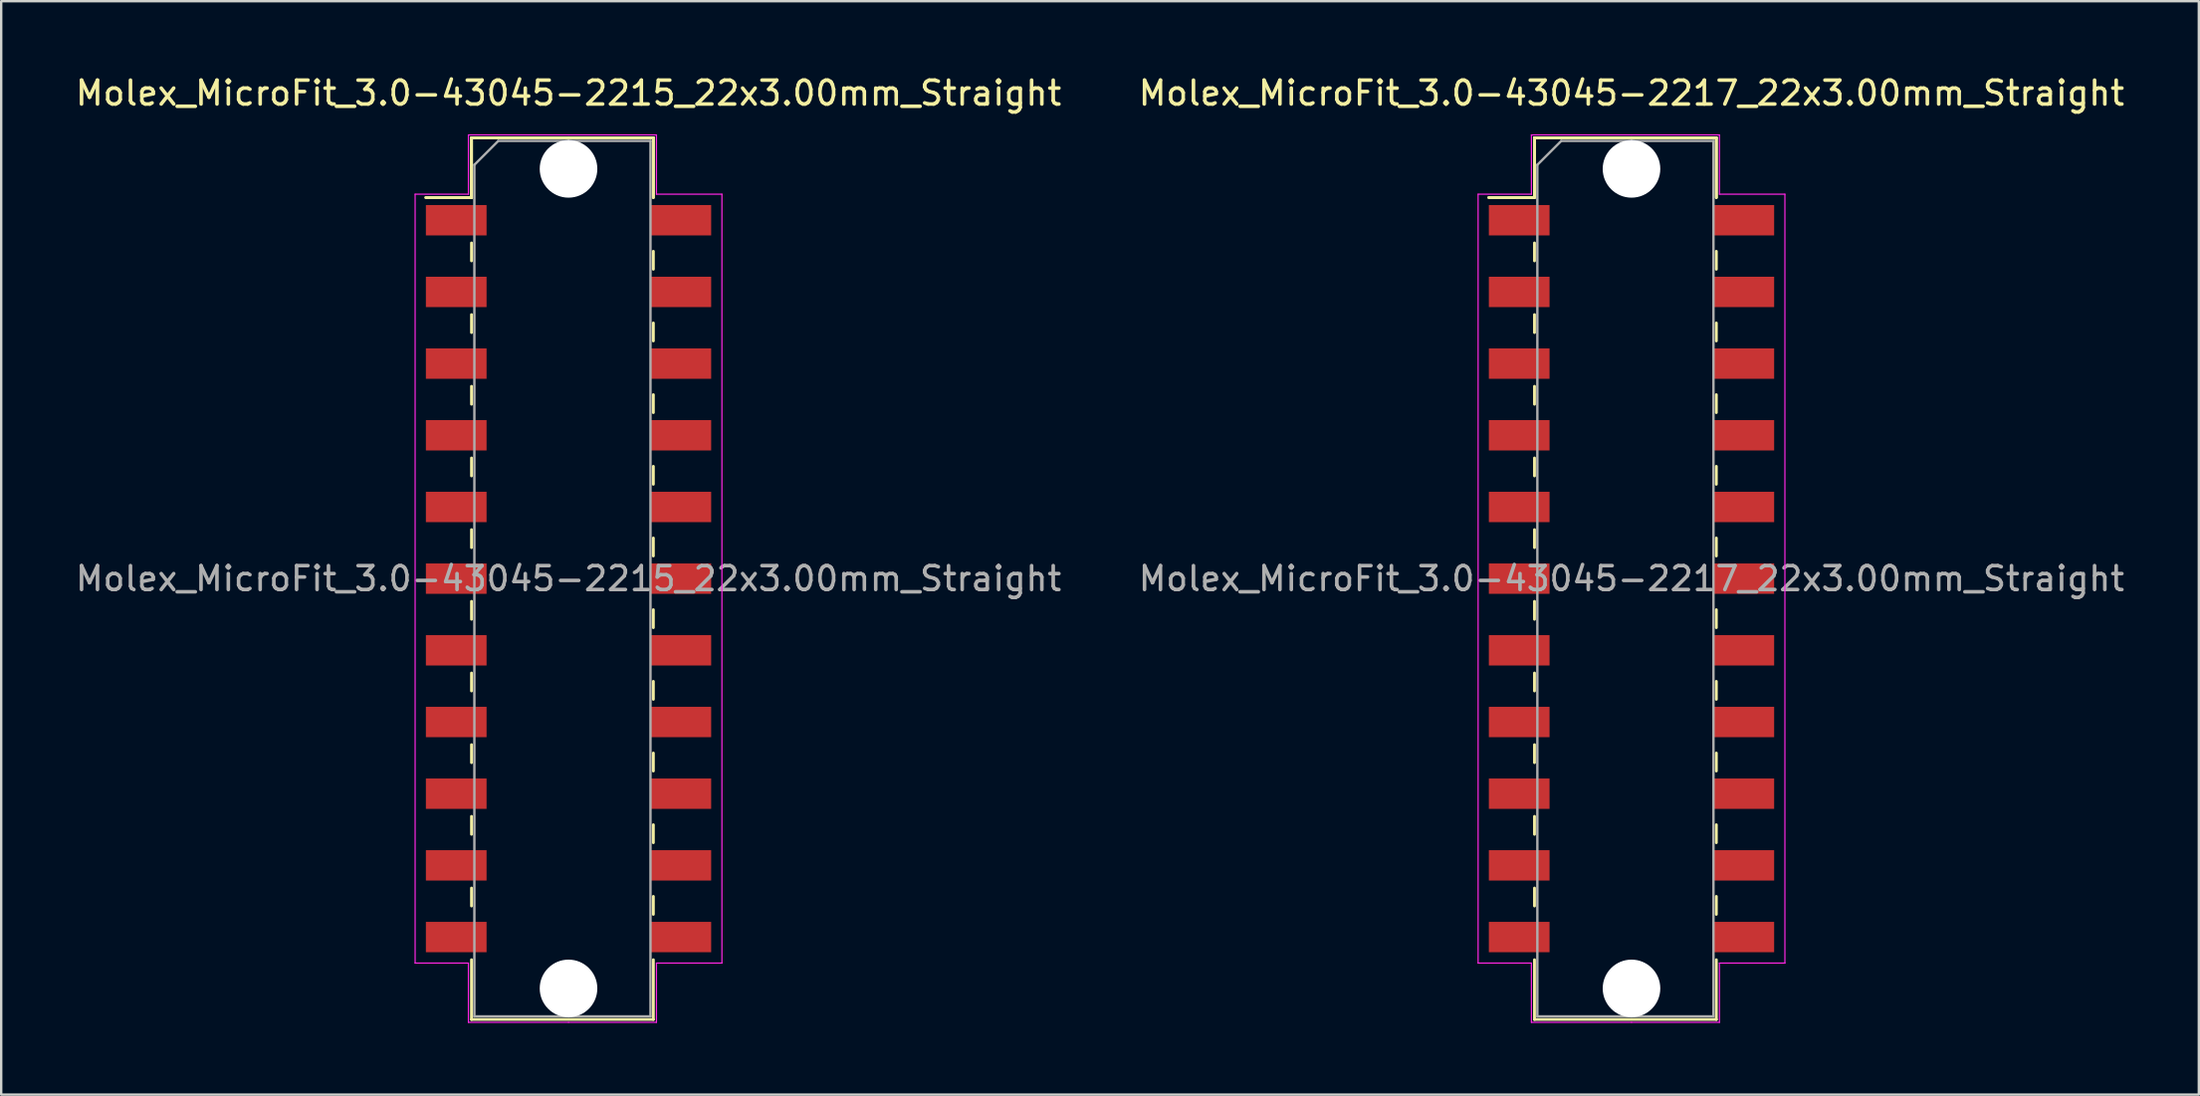
<source format=kicad_pcb>
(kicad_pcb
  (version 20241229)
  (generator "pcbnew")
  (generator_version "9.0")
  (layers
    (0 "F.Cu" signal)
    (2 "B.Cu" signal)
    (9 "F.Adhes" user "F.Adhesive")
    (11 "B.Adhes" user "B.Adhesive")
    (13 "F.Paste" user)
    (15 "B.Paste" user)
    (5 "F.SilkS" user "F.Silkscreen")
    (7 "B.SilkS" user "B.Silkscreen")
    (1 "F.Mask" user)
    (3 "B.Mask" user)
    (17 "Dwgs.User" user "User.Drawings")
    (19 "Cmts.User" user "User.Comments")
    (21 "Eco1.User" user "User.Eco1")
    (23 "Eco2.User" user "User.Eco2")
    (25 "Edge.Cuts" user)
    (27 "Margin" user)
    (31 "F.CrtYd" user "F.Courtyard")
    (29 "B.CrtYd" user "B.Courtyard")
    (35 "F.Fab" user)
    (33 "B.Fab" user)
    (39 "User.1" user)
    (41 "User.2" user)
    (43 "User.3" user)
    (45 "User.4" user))
  (footprint "Molex_MicroFit_3.0-43045-2215_22x3.00mm_Straight"
    (layer "F.Cu")
    (at 20.744 21.168)
    (property "Reference" "Molex_MicroFit_3.0-43045-2215_22x3.00mm_Straight" (at 0 -20.32 0) (layer "F.SilkS") (effects (font (size 1 1) (thickness 0.15))))
    (attr smd)
    (fp_line (start -5.97 -15.95) (end -4.06 -15.95) (stroke (width 0.12) (type solid)) (layer "F.SilkS"))
    (fp_line (start -5.97 -15.95) (end -4.06 -15.95) (stroke (width 0.12) (type solid)) (layer "F.SilkS"))
    (fp_line (start -4.06 -18.45) (end 3.55 -18.45) (stroke (width 0.12) (type solid)) (layer "F.SilkS"))
    (fp_line (start -4.06 -18.45) (end 3.55 -18.45) (stroke (width 0.12) (type solid)) (layer "F.SilkS"))
    (fp_line (start -4.06 -15.95) (end -4.06 -18.45) (stroke (width 0.12) (type solid)) (layer "F.SilkS"))
    (fp_line (start -4.06 -15.95) (end -4.06 -18.45) (stroke (width 0.12) (type solid)) (layer "F.SilkS"))
    (fp_line (start -4.06 -14.05) (end -4.06 -13.3) (stroke (width 0.12) (type solid)) (layer "F.SilkS"))
    (fp_line (start -4.06 -11.05) (end -4.06 -10.3) (stroke (width 0.12) (type solid)) (layer "F.SilkS"))
    (fp_line (start -4.06 -8.05) (end -4.06 -7.3) (stroke (width 0.12) (type solid)) (layer "F.SilkS"))
    (fp_line (start -4.06 -5.05) (end -4.06 -4.3) (stroke (width 0.12) (type solid)) (layer "F.SilkS"))
    (fp_line (start -4.06 -2.05) (end -4.06 -1.3) (stroke (width 0.12) (type solid)) (layer "F.SilkS"))
    (fp_line (start -4.06 0.95) (end -4.06 1.7) (stroke (width 0.12) (type solid)) (layer "F.SilkS"))
    (fp_line (start -4.06 3.95) (end -4.06 4.7) (stroke (width 0.12) (type solid)) (layer "F.SilkS"))
    (fp_line (start -4.06 6.95) (end -4.06 7.7) (stroke (width 0.12) (type solid)) (layer "F.SilkS"))
    (fp_line (start -4.06 9.95) (end -4.06 10.7) (stroke (width 0.12) (type solid)) (layer "F.SilkS"))
    (fp_line (start -4.06 12.95) (end -4.06 13.7) (stroke (width 0.12) (type solid)) (layer "F.SilkS"))
    (fp_line (start -4.06 18.45) (end -4.06 15.95) (stroke (width 0.12) (type solid)) (layer "F.SilkS"))
    (fp_line (start 3.55 -18.45) (end 3.55 -15.95) (stroke (width 0.12) (type solid)) (layer "F.SilkS"))
    (fp_line (start 3.55 -18.45) (end 3.55 -15.95) (stroke (width 0.12) (type solid)) (layer "F.SilkS"))
    (fp_line (start 3.55 -12.95) (end 3.55 -13.7) (stroke (width 0.12) (type solid)) (layer "F.SilkS"))
    (fp_line (start 3.55 -9.95) (end 3.55 -10.7) (stroke (width 0.12) (type solid)) (layer "F.SilkS"))
    (fp_line (start 3.55 -6.95) (end 3.55 -7.7) (stroke (width 0.12) (type solid)) (layer "F.SilkS"))
    (fp_line (start 3.55 -3.95) (end 3.55 -4.7) (stroke (width 0.12) (type solid)) (layer "F.SilkS"))
    (fp_line (start 3.55 -0.95) (end 3.55 -1.7) (stroke (width 0.12) (type solid)) (layer "F.SilkS"))
    (fp_line (start 3.55 2.05) (end 3.55 1.3) (stroke (width 0.12) (type solid)) (layer "F.SilkS"))
    (fp_line (start 3.55 5.05) (end 3.55 4.3) (stroke (width 0.12) (type solid)) (layer "F.SilkS"))
    (fp_line (start 3.55 8.05) (end 3.55 7.3) (stroke (width 0.12) (type solid)) (layer "F.SilkS"))
    (fp_line (start 3.55 11.05) (end 3.55 10.3) (stroke (width 0.12) (type solid)) (layer "F.SilkS"))
    (fp_line (start 3.55 14.05) (end 3.55 13.3) (stroke (width 0.12) (type solid)) (layer "F.SilkS"))
    (fp_line (start 3.55 15.95) (end 3.55 18.45) (stroke (width 0.12) (type solid)) (layer "F.SilkS"))
    (fp_line (start 3.55 18.45) (end -4.06 18.45) (stroke (width 0.12) (type solid)) (layer "F.SilkS"))
    (fp_line (start -6.42 -16.09) (end -4.19 -16.09) (stroke (width 0.05) (type solid)) (layer "F.CrtYd"))
    (fp_line (start -6.42 16.09) (end -6.42 -16.09) (stroke (width 0.05) (type solid)) (layer "F.CrtYd"))
    (fp_line (start -4.19 -18.57) (end 0 -18.57) (stroke (width 0.05) (type solid)) (layer "F.CrtYd"))
    (fp_line (start -4.19 -16.09) (end -4.19 -18.57) (stroke (width 0.05) (type solid)) (layer "F.CrtYd"))
    (fp_line (start -4.19 16.09) (end -6.42 16.09) (stroke (width 0.05) (type solid)) (layer "F.CrtYd"))
    (fp_line (start -4.19 18.57) (end -4.19 16.09) (stroke (width 0.05) (type solid)) (layer "F.CrtYd"))
    (fp_line (start 0 -18.57) (end 3.68 -18.57) (stroke (width 0.05) (type solid)) (layer "F.CrtYd"))
    (fp_line (start 0 18.57) (end -4.19 18.57) (stroke (width 0.05) (type solid)) (layer "F.CrtYd"))
    (fp_line (start 3.68 -18.57) (end 3.68 -16.09) (stroke (width 0.05) (type solid)) (layer "F.CrtYd"))
    (fp_line (start 3.68 -16.09) (end 6.42 -16.09) (stroke (width 0.05) (type solid)) (layer "F.CrtYd"))
    (fp_line (start 3.68 16.09) (end 3.68 18.57) (stroke (width 0.05) (type solid)) (layer "F.CrtYd"))
    (fp_line (start 3.68 18.57) (end 0 18.57) (stroke (width 0.05) (type solid)) (layer "F.CrtYd"))
    (fp_line (start 6.42 -16.09) (end 6.42 16.09) (stroke (width 0.05) (type solid)) (layer "F.CrtYd"))
    (fp_line (start 6.42 16.09) (end 3.68 16.09) (stroke (width 0.05) (type solid)) (layer "F.CrtYd"))
    (fp_line (start -3.94 -17.32) (end -2.94 -18.32) (stroke (width 0.1) (type solid)) (layer "F.Fab"))
    (fp_line (start -3.94 18.32) (end -3.94 -17.32) (stroke (width 0.1) (type solid)) (layer "F.Fab"))
    (fp_line (start -2.94 -18.32) (end 0 -18.32) (stroke (width 0.1) (type solid)) (layer "F.Fab"))
    (fp_line (start 0 -18.32) (end 3.43 -18.32) (stroke (width 0.1) (type solid)) (layer "F.Fab"))
    (fp_line (start 0 18.32) (end -3.94 18.32) (stroke (width 0.1) (type solid)) (layer "F.Fab"))
    (fp_line (start 3.43 -18.32) (end 3.43 18.32) (stroke (width 0.1) (type solid)) (layer "F.Fab"))
    (fp_line (start 3.43 18.32) (end 0 18.32) (stroke (width 0.1) (type solid)) (layer "F.Fab"))
    (fp_text user "${REFERENCE}" (at 0 0 0) (layer "F.Fab") (effects (font (size 1 1) (thickness 0.15))))
    (pad "" np_thru_hole circle (at 0 -17.15) (size 2.41 2.41) (drill 2.41) (layers "*.Cu"))
    (pad "" np_thru_hole circle (at 0 17.15) (size 2.41 2.41) (drill 2.41) (layers "*.Cu"))
    (pad "1" smd rect (at -4.7 -15) (size 2.54 1.27) (layers "F.Cu" "F.Mask" "F.Paste"))
    (pad "2" smd rect (at -4.7 -12) (size 2.54 1.27) (layers "F.Cu" "F.Mask" "F.Paste"))
    (pad "3" smd rect (at -4.7 -9) (size 2.54 1.27) (layers "F.Cu" "F.Mask" "F.Paste"))
    (pad "4" smd rect (at -4.7 -6) (size 2.54 1.27) (layers "F.Cu" "F.Mask" "F.Paste"))
    (pad "5" smd rect (at -4.7 -3) (size 2.54 1.27) (layers "F.Cu" "F.Mask" "F.Paste"))
    (pad "6" smd rect (at -4.7 0) (size 2.54 1.27) (layers "F.Cu" "F.Mask" "F.Paste"))
    (pad "7" smd rect (at -4.7 3) (size 2.54 1.27) (layers "F.Cu" "F.Mask" "F.Paste"))
    (pad "8" smd rect (at -4.7 6) (size 2.54 1.27) (layers "F.Cu" "F.Mask" "F.Paste"))
    (pad "9" smd rect (at -4.7 9) (size 2.54 1.27) (layers "F.Cu" "F.Mask" "F.Paste"))
    (pad "10" smd rect (at -4.7 12) (size 2.54 1.27) (layers "F.Cu" "F.Mask" "F.Paste"))
    (pad "11" smd rect (at -4.7 15) (size 2.54 1.27) (layers "F.Cu" "F.Mask" "F.Paste"))
    (pad "12" smd rect (at 4.7 15) (size 2.54 1.27) (layers "F.Cu" "F.Mask" "F.Paste"))
    (pad "13" smd rect (at 4.7 12) (size 2.54 1.27) (layers "F.Cu" "F.Mask" "F.Paste"))
    (pad "14" smd rect (at 4.7 9) (size 2.54 1.27) (layers "F.Cu" "F.Mask" "F.Paste"))
    (pad "15" smd rect (at 4.7 6) (size 2.54 1.27) (layers "F.Cu" "F.Mask" "F.Paste"))
    (pad "16" smd rect (at 4.7 3) (size 2.54 1.27) (layers "F.Cu" "F.Mask" "F.Paste"))
    (pad "17" smd rect (at 4.7 0) (size 2.54 1.27) (layers "F.Cu" "F.Mask" "F.Paste"))
    (pad "18" smd rect (at 4.7 -3) (size 2.54 1.27) (layers "F.Cu" "F.Mask" "F.Paste"))
    (pad "19" smd rect (at 4.7 -6) (size 2.54 1.27) (layers "F.Cu" "F.Mask" "F.Paste"))
    (pad "20" smd rect (at 4.7 -9) (size 2.54 1.27) (layers "F.Cu" "F.Mask" "F.Paste"))
    (pad "21" smd rect (at 4.7 -12) (size 2.54 1.27) (layers "F.Cu" "F.Mask" "F.Paste"))
    (pad "22" smd rect (at 4.7 -15) (size 2.54 1.27) (layers "F.Cu" "F.Mask" "F.Paste")))
  (footprint "Molex_MicroFit_3.0-43045-2217_22x3.00mm_Straight"
    (layer "F.Cu")
    (at 65.232 21.168)
    (property "Reference" "Molex_MicroFit_3.0-43045-2217_22x3.00mm_Straight" (at 0 -20.32 0) (layer "F.SilkS") (effects (font (size 1 1) (thickness 0.15))))
    (attr smd)
    (fp_line (start -5.97 -15.95) (end -4.06 -15.95) (stroke (width 0.12) (type solid)) (layer "F.SilkS"))
    (fp_line (start -5.97 -15.95) (end -4.06 -15.95) (stroke (width 0.12) (type solid)) (layer "F.SilkS"))
    (fp_line (start -4.06 -18.45) (end 3.55 -18.45) (stroke (width 0.12) (type solid)) (layer "F.SilkS"))
    (fp_line (start -4.06 -18.45) (end 3.55 -18.45) (stroke (width 0.12) (type solid)) (layer "F.SilkS"))
    (fp_line (start -4.06 -15.95) (end -4.06 -18.45) (stroke (width 0.12) (type solid)) (layer "F.SilkS"))
    (fp_line (start -4.06 -15.95) (end -4.06 -18.45) (stroke (width 0.12) (type solid)) (layer "F.SilkS"))
    (fp_line (start -4.06 -14.05) (end -4.06 -13.3) (stroke (width 0.12) (type solid)) (layer "F.SilkS"))
    (fp_line (start -4.06 -11.05) (end -4.06 -10.3) (stroke (width 0.12) (type solid)) (layer "F.SilkS"))
    (fp_line (start -4.06 -8.05) (end -4.06 -7.3) (stroke (width 0.12) (type solid)) (layer "F.SilkS"))
    (fp_line (start -4.06 -5.05) (end -4.06 -4.3) (stroke (width 0.12) (type solid)) (layer "F.SilkS"))
    (fp_line (start -4.06 -2.05) (end -4.06 -1.3) (stroke (width 0.12) (type solid)) (layer "F.SilkS"))
    (fp_line (start -4.06 0.95) (end -4.06 1.7) (stroke (width 0.12) (type solid)) (layer "F.SilkS"))
    (fp_line (start -4.06 3.95) (end -4.06 4.7) (stroke (width 0.12) (type solid)) (layer "F.SilkS"))
    (fp_line (start -4.06 6.95) (end -4.06 7.7) (stroke (width 0.12) (type solid)) (layer "F.SilkS"))
    (fp_line (start -4.06 9.95) (end -4.06 10.7) (stroke (width 0.12) (type solid)) (layer "F.SilkS"))
    (fp_line (start -4.06 12.95) (end -4.06 13.7) (stroke (width 0.12) (type solid)) (layer "F.SilkS"))
    (fp_line (start -4.06 18.45) (end -4.06 15.95) (stroke (width 0.12) (type solid)) (layer "F.SilkS"))
    (fp_line (start 3.55 -18.45) (end 3.55 -15.95) (stroke (width 0.12) (type solid)) (layer "F.SilkS"))
    (fp_line (start 3.55 -18.45) (end 3.55 -15.95) (stroke (width 0.12) (type solid)) (layer "F.SilkS"))
    (fp_line (start 3.55 -12.95) (end 3.55 -13.7) (stroke (width 0.12) (type solid)) (layer "F.SilkS"))
    (fp_line (start 3.55 -9.95) (end 3.55 -10.7) (stroke (width 0.12) (type solid)) (layer "F.SilkS"))
    (fp_line (start 3.55 -6.95) (end 3.55 -7.7) (stroke (width 0.12) (type solid)) (layer "F.SilkS"))
    (fp_line (start 3.55 -3.95) (end 3.55 -4.7) (stroke (width 0.12) (type solid)) (layer "F.SilkS"))
    (fp_line (start 3.55 -0.95) (end 3.55 -1.7) (stroke (width 0.12) (type solid)) (layer "F.SilkS"))
    (fp_line (start 3.55 2.05) (end 3.55 1.3) (stroke (width 0.12) (type solid)) (layer "F.SilkS"))
    (fp_line (start 3.55 5.05) (end 3.55 4.3) (stroke (width 0.12) (type solid)) (layer "F.SilkS"))
    (fp_line (start 3.55 8.05) (end 3.55 7.3) (stroke (width 0.12) (type solid)) (layer "F.SilkS"))
    (fp_line (start 3.55 11.05) (end 3.55 10.3) (stroke (width 0.12) (type solid)) (layer "F.SilkS"))
    (fp_line (start 3.55 14.05) (end 3.55 13.3) (stroke (width 0.12) (type solid)) (layer "F.SilkS"))
    (fp_line (start 3.55 15.95) (end 3.55 18.45) (stroke (width 0.12) (type solid)) (layer "F.SilkS"))
    (fp_line (start 3.55 18.45) (end -4.06 18.45) (stroke (width 0.12) (type solid)) (layer "F.SilkS"))
    (fp_line (start -6.42 -16.09) (end -4.19 -16.09) (stroke (width 0.05) (type solid)) (layer "F.CrtYd"))
    (fp_line (start -6.42 16.09) (end -6.42 -16.09) (stroke (width 0.05) (type solid)) (layer "F.CrtYd"))
    (fp_line (start -4.19 -18.57) (end 0 -18.57) (stroke (width 0.05) (type solid)) (layer "F.CrtYd"))
    (fp_line (start -4.19 -16.09) (end -4.19 -18.57) (stroke (width 0.05) (type solid)) (layer "F.CrtYd"))
    (fp_line (start -4.19 16.09) (end -6.42 16.09) (stroke (width 0.05) (type solid)) (layer "F.CrtYd"))
    (fp_line (start -4.19 18.57) (end -4.19 16.09) (stroke (width 0.05) (type solid)) (layer "F.CrtYd"))
    (fp_line (start 0 -18.57) (end 3.68 -18.57) (stroke (width 0.05) (type solid)) (layer "F.CrtYd"))
    (fp_line (start 0 18.57) (end -4.19 18.57) (stroke (width 0.05) (type solid)) (layer "F.CrtYd"))
    (fp_line (start 3.68 -18.57) (end 3.68 -16.09) (stroke (width 0.05) (type solid)) (layer "F.CrtYd"))
    (fp_line (start 3.68 -16.09) (end 6.42 -16.09) (stroke (width 0.05) (type solid)) (layer "F.CrtYd"))
    (fp_line (start 3.68 16.09) (end 3.68 18.57) (stroke (width 0.05) (type solid)) (layer "F.CrtYd"))
    (fp_line (start 3.68 18.57) (end 0 18.57) (stroke (width 0.05) (type solid)) (layer "F.CrtYd"))
    (fp_line (start 6.42 -16.09) (end 6.42 16.09) (stroke (width 0.05) (type solid)) (layer "F.CrtYd"))
    (fp_line (start 6.42 16.09) (end 3.68 16.09) (stroke (width 0.05) (type solid)) (layer "F.CrtYd"))
    (fp_line (start -3.94 -17.32) (end -2.94 -18.32) (stroke (width 0.1) (type solid)) (layer "F.Fab"))
    (fp_line (start -3.94 18.32) (end -3.94 -17.32) (stroke (width 0.1) (type solid)) (layer "F.Fab"))
    (fp_line (start -2.94 -18.32) (end 0 -18.32) (stroke (width 0.1) (type solid)) (layer "F.Fab"))
    (fp_line (start 0 -18.32) (end 3.43 -18.32) (stroke (width 0.1) (type solid)) (layer "F.Fab"))
    (fp_line (start 0 18.32) (end -3.94 18.32) (stroke (width 0.1) (type solid)) (layer "F.Fab"))
    (fp_line (start 3.43 -18.32) (end 3.43 18.32) (stroke (width 0.1) (type solid)) (layer "F.Fab"))
    (fp_line (start 3.43 18.32) (end 0 18.32) (stroke (width 0.1) (type solid)) (layer "F.Fab"))
    (fp_text user "${REFERENCE}" (at 0 0 0) (layer "F.Fab") (effects (font (size 1 1) (thickness 0.15))))
    (pad "" np_thru_hole circle (at 0 -17.15) (size 2.41 2.41) (drill 2.41) (layers "*.Cu"))
    (pad "" np_thru_hole circle (at 0 17.15) (size 2.41 2.41) (drill 2.41) (layers "*.Cu"))
    (pad "1" smd rect (at -4.7 -15) (size 2.54 1.27) (layers "F.Cu" "F.Mask" "F.Paste"))
    (pad "2" smd rect (at -4.7 -12) (size 2.54 1.27) (layers "F.Cu" "F.Mask" "F.Paste"))
    (pad "3" smd rect (at -4.7 -9) (size 2.54 1.27) (layers "F.Cu" "F.Mask" "F.Paste"))
    (pad "4" smd rect (at -4.7 -6) (size 2.54 1.27) (layers "F.Cu" "F.Mask" "F.Paste"))
    (pad "5" smd rect (at -4.7 -3) (size 2.54 1.27) (layers "F.Cu" "F.Mask" "F.Paste"))
    (pad "6" smd rect (at -4.7 0) (size 2.54 1.27) (layers "F.Cu" "F.Mask" "F.Paste"))
    (pad "7" smd rect (at -4.7 3) (size 2.54 1.27) (layers "F.Cu" "F.Mask" "F.Paste"))
    (pad "8" smd rect (at -4.7 6) (size 2.54 1.27) (layers "F.Cu" "F.Mask" "F.Paste"))
    (pad "9" smd rect (at -4.7 9) (size 2.54 1.27) (layers "F.Cu" "F.Mask" "F.Paste"))
    (pad "10" smd rect (at -4.7 12) (size 2.54 1.27) (layers "F.Cu" "F.Mask" "F.Paste"))
    (pad "11" smd rect (at -4.7 15) (size 2.54 1.27) (layers "F.Cu" "F.Mask" "F.Paste"))
    (pad "12" smd rect (at 4.7 15) (size 2.54 1.27) (layers "F.Cu" "F.Mask" "F.Paste"))
    (pad "13" smd rect (at 4.7 12) (size 2.54 1.27) (layers "F.Cu" "F.Mask" "F.Paste"))
    (pad "14" smd rect (at 4.7 9) (size 2.54 1.27) (layers "F.Cu" "F.Mask" "F.Paste"))
    (pad "15" smd rect (at 4.7 6) (size 2.54 1.27) (layers "F.Cu" "F.Mask" "F.Paste"))
    (pad "16" smd rect (at 4.7 3) (size 2.54 1.27) (layers "F.Cu" "F.Mask" "F.Paste"))
    (pad "17" smd rect (at 4.7 0) (size 2.54 1.27) (layers "F.Cu" "F.Mask" "F.Paste"))
    (pad "18" smd rect (at 4.7 -3) (size 2.54 1.27) (layers "F.Cu" "F.Mask" "F.Paste"))
    (pad "19" smd rect (at 4.7 -6) (size 2.54 1.27) (layers "F.Cu" "F.Mask" "F.Paste"))
    (pad "20" smd rect (at 4.7 -9) (size 2.54 1.27) (layers "F.Cu" "F.Mask" "F.Paste"))
    (pad "21" smd rect (at 4.7 -12) (size 2.54 1.27) (layers "F.Cu" "F.Mask" "F.Paste"))
    (pad "22" smd rect (at 4.7 -15) (size 2.54 1.27) (layers "F.Cu" "F.Mask" "F.Paste")))
  (gr_rect
    (start -3 -3)
    (end 88.976 42.763)
    (stroke (width 0.1) (type default))
    (fill no)
    (layer "Edge.Cuts")))
</source>
